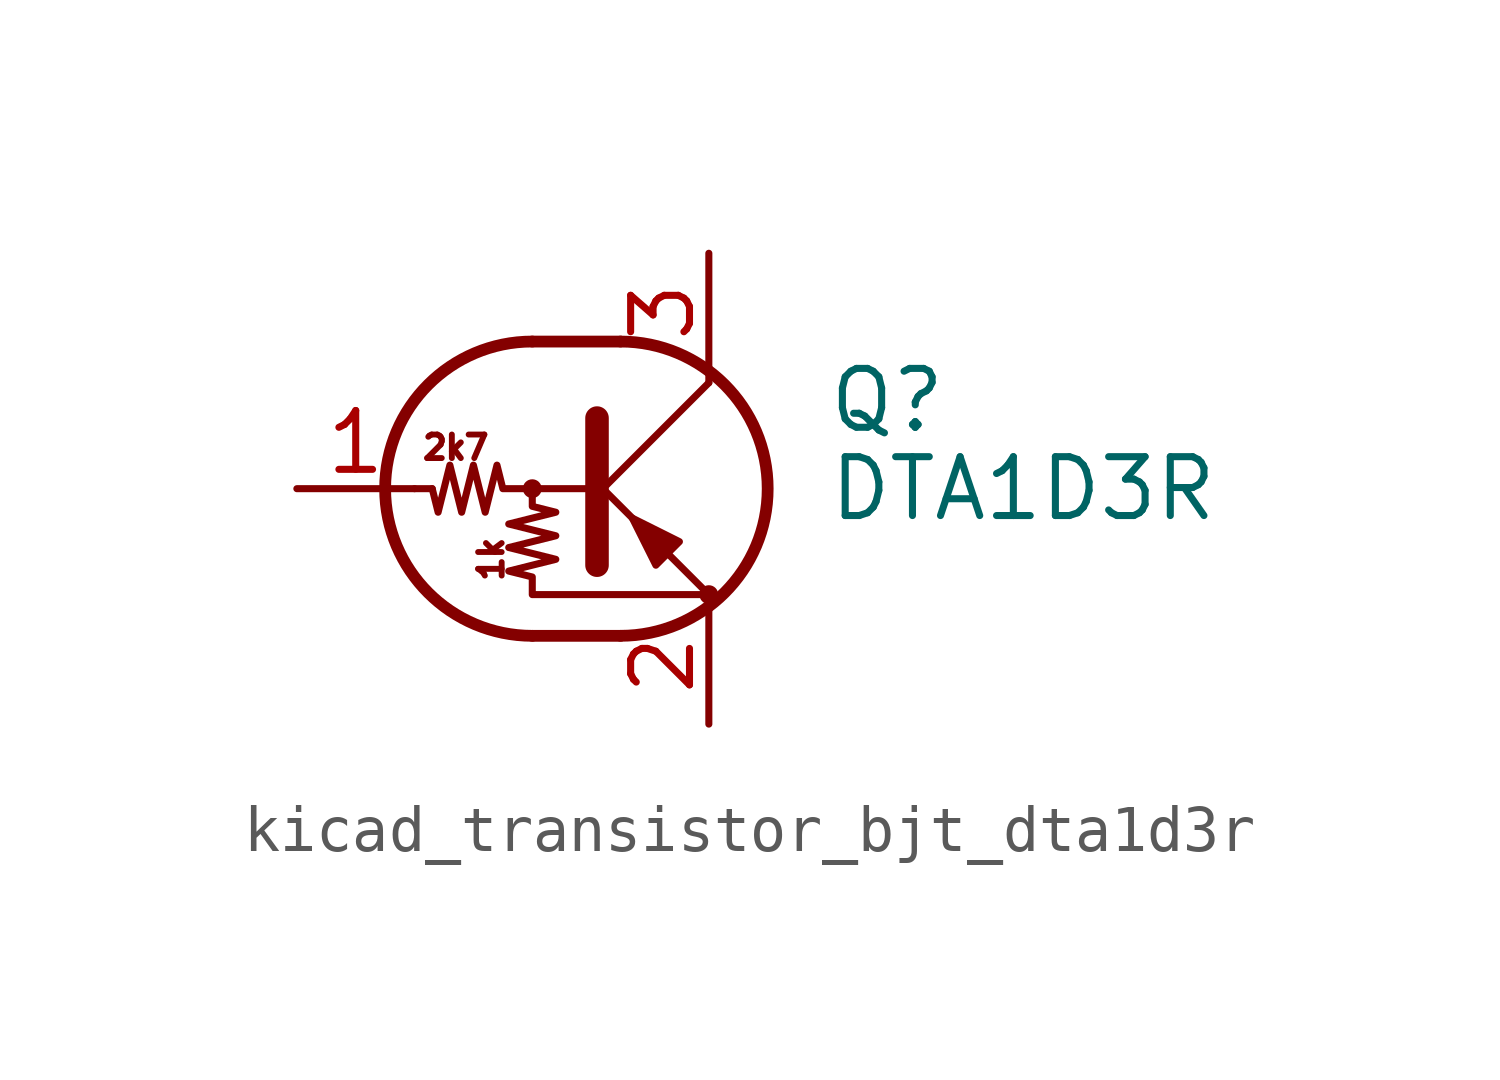
<source format=kicad_sym>
(kicad_symbol_lib
  (version 20220914)
  (generator kicad_symbol_editor)
  (symbol "kicad_transistor_bjt_dta1d3r"
    (pin_names
      (offset 0) hide)
    (property "Reference" "Q"
      (at 5.08 1.905 0)
      (effects (font (size 1.27 1.27)) (justify left)))
    (property "Value" "DTA1D3R"
      (at 5.08 0 0)
      (effects (font (size 1.27 1.27)) (justify left)))
    (symbol "kicad_transistor_bjt_dta1d3r_0_0"
      (text "1k" (at -2.159 -1.524 900) (effects (font (size 0.508 0.508))))
      (text "2k7" (at -2.921 0.889 0) (effects (font (size 0.508 0.508)))))
    (symbol "kicad_transistor_bjt_dta1d3r_0_1"
      (circle (center -1.27 0) (radius 0.127) (stroke (width 0) (type default)) (fill (type none)))
      (arc (start -1.27 3.175) (mid -4.4312 0) (end -1.27 -3.175) (stroke (width 0.254) (type default)) (fill (type none)))
      (polyline (pts (xy -3.429 0) (xy -3.81 0)) (stroke (width 0) (type default)) (fill (type none)))
      (polyline (pts (xy -1.27 -3.175) (xy 0.635 -3.175)) (stroke (width 0.254) (type default)) (fill (type none)))
      (polyline (pts (xy -1.27 3.175) (xy 0.635 3.175)) (stroke (width 0.254) (type default)) (fill (type none)))
      (polyline (pts (xy 0 -0.254) (xy 2.54 2.286)) (stroke (width 0) (type default)) (fill (type none)))
      (polyline (pts (xy 0.127 1.524) (xy 0.127 -1.651)) (stroke (width 0.508) (type default)) (fill (type outline)))
      (polyline (pts (xy 2.54 2.286) (xy 2.54 2.54)) (stroke (width 0) (type default)) (fill (type none)))
      (polyline (pts (xy 2.54 -2.286) (xy 0 0.254) (xy 0 0.254)) (stroke (width 0) (type default)) (fill (type none)))
      (polyline (pts (xy 1.397 -1.651) (xy 1.905 -1.143) (xy 0.889 -0.635) (xy 1.397 -1.651)) (stroke (width 0) (type default)) (fill (type outline)))
      (polyline (pts (xy 0 0) (xy -1.905 0) (xy -2.032 0.508) (xy -2.286 -0.508) (xy -2.54 0.508) (xy -2.794 -0.508) (xy -3.048 0.508) (xy -3.302 -0.508) (xy -3.429 0)) (stroke (width 0) (type default)) (fill (type none)))
      (polyline (pts (xy -1.27 0) (xy -1.27 -0.381) (xy -0.762 -0.508) (xy -1.778 -0.762) (xy -0.762 -1.016) (xy -1.778 -1.27) (xy -0.762 -1.524) (xy -1.778 -1.778) (xy -1.27 -1.905) (xy -1.27 -2.286) (xy 2.54 -2.286)) (stroke (width 0) (type default)) (fill (type none)))
      (arc (start 0.635 -3.175) (mid 3.7962 0) (end 0.635 3.175) (stroke (width 0.254) (type default)) (fill (type none)))
      (circle (center 2.54 -2.286) (radius 0.127) (stroke (width 0) (type default)) (fill (type none))))
    (symbol "kicad_transistor_bjt_dta1d3r_1_1"
      (pin input line (at -6.35 0 0) (length 2.54) (name "B" (effects (font (size 1.27 1.27)))) (number "1" (effects (font (size 1.27 1.27)))))
      (pin passive line (at 2.54 -5.08 90) (length 2.54) (name "E" (effects (font (size 1.27 1.27)))) (number "2" (effects (font (size 1.27 1.27)))))
      (pin passive line (at 2.54 5.08 270) (length 2.54) (name "C" (effects (font (size 1.27 1.27)))) (number "3" (effects (font (size 1.27 1.27))))))))
</source>
